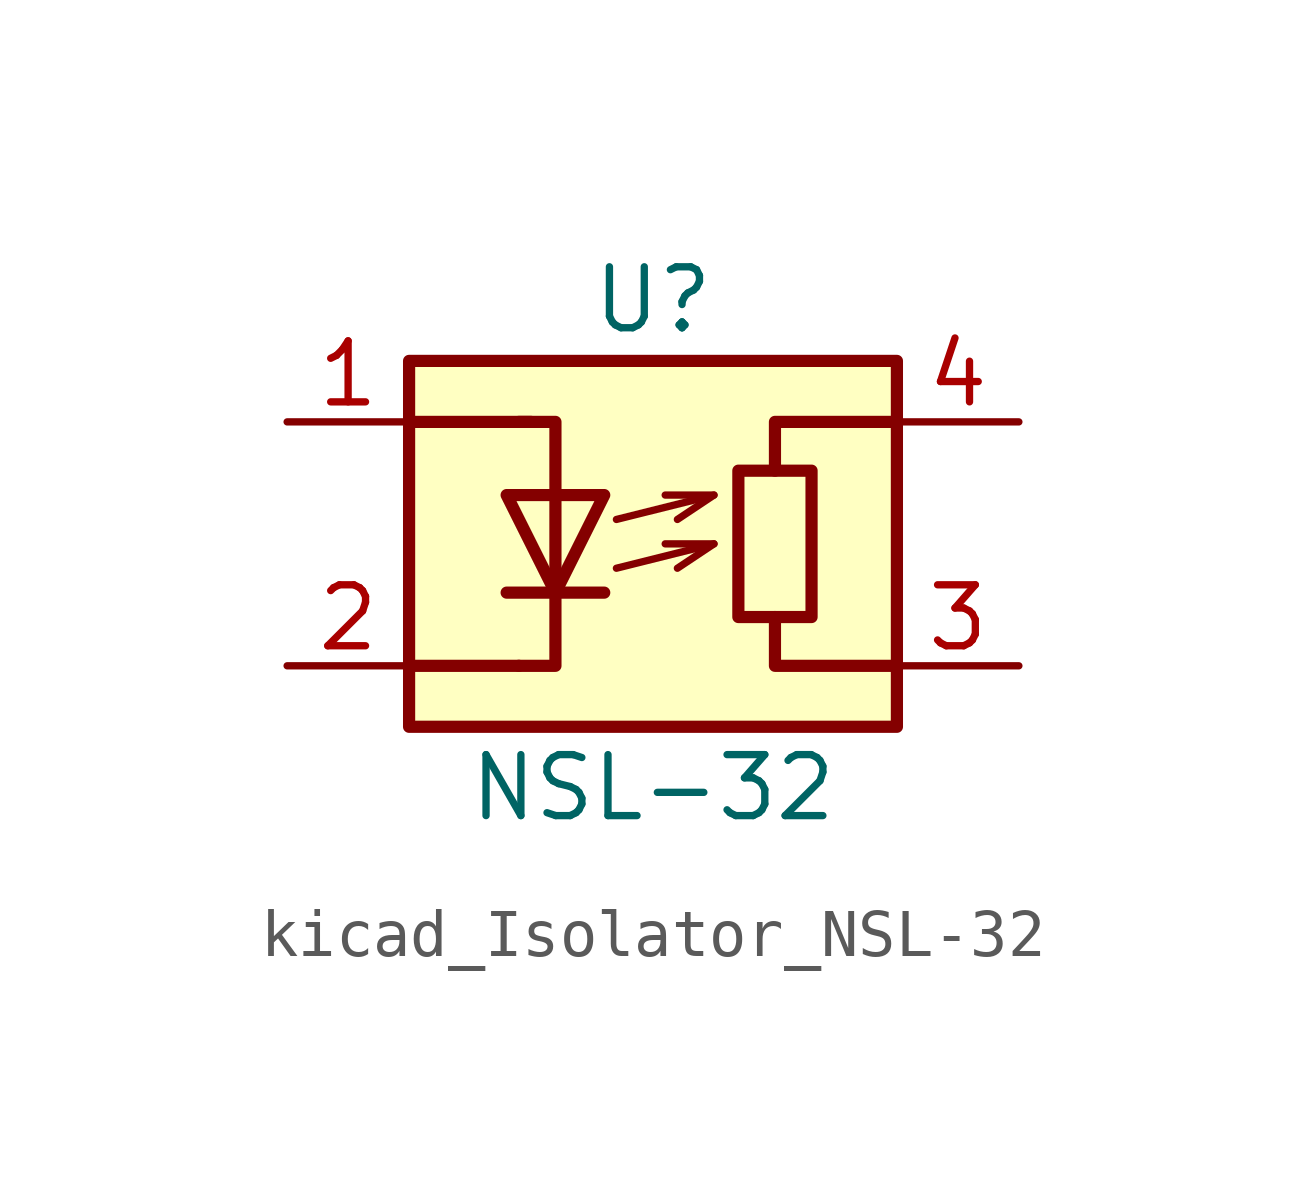
<source format=kicad_sym>
(kicad_symbol_lib
  (version 20220914)
  (generator kicad_symbol_editor)
  (symbol "kicad_Isolator_NSL-32"
    (pin_names
      (offset 0.762) hide)
    (property "Reference" "U"
      (at 0 5.08 0)
      (effects (font (size 1.27 1.27))))
    (property "Value" "NSL-32"
      (at 0 -5.08 0)
      (effects (font (size 1.27 1.27))))
    (symbol "kicad_Isolator_NSL-32_0_1"
      (rectangle (start -5.08 3.81) (end 5.08 -3.81) (stroke (width 0.254) (type default)) (fill (type background)))
      (polyline (pts (xy -5.08 2.54) (xy -2.54 2.54)) (stroke (width 0.254) (type default)) (fill (type none)))
      (polyline (pts (xy -2.794 -2.54) (xy -5.08 -2.54)) (stroke (width 0.254) (type default)) (fill (type none)))
      (polyline (pts (xy -1.016 -1.016) (xy -3.048 -1.016) (xy -3.048 -1.016)) (stroke (width 0.254) (type default)) (fill (type none)))
      (polyline (pts (xy -0.762 -0.508) (xy 1.27 0) (xy 1.27 0)) (stroke (width 0) (type default)) (fill (type none)))
      (polyline (pts (xy -0.762 0.508) (xy 1.27 1.016) (xy 1.27 1.016)) (stroke (width 0) (type default)) (fill (type none)))
      (polyline (pts (xy 2.54 -1.524) (xy 2.54 -2.54) (xy 5.08 -2.54)) (stroke (width 0.254) (type default)) (fill (type none)))
      (polyline (pts (xy 2.54 1.524) (xy 2.54 2.54) (xy 5.08 2.54)) (stroke (width 0.254) (type default)) (fill (type none)))
      (polyline (pts (xy -2.794 -2.54) (xy -2.032 -2.54) (xy -2.032 2.54) (xy -2.794 2.54)) (stroke (width 0.254) (type default)) (fill (type none)))
      (polyline (pts (xy 0.254 0) (xy 1.27 0) (xy 0.508 -0.508) (xy 0.508 -0.508)) (stroke (width 0) (type default)) (fill (type none)))
      (polyline (pts (xy 0.254 1.016) (xy 1.27 1.016) (xy 0.508 0.508) (xy 0.508 0.508)) (stroke (width 0) (type default)) (fill (type none)))
      (polyline (pts (xy -1.016 1.016) (xy -3.048 1.016) (xy -2.032 -1.016) (xy -1.016 1.016) (xy -1.016 1.016) (xy -1.016 1.016)) (stroke (width 0.254) (type default)) (fill (type none)))
      (rectangle (start 1.778 1.524) (end 3.302 -1.524) (stroke (width 0.254) (type default)) (fill (type none))))
    (symbol "kicad_Isolator_NSL-32_1_1"
      (pin passive line (at -7.62 2.54 0) (length 2.54) (name "A" (effects (font (size 1.27 1.27)))) (number "1" (effects (font (size 1.27 1.27)))))
      (pin passive line (at -7.62 -2.54 0) (length 2.54) (name "K" (effects (font (size 1.27 1.27)))) (number "2" (effects (font (size 1.27 1.27)))))
      (pin passive line (at 7.62 -2.54 180) (length 2.54) (name "R" (effects (font (size 1.27 1.27)))) (number "3" (effects (font (size 1.27 1.27)))))
      (pin passive line (at 7.62 2.54 180) (length 2.54) (name "R" (effects (font (size 1.27 1.27)))) (number "4" (effects (font (size 1.27 1.27))))))))
</source>
